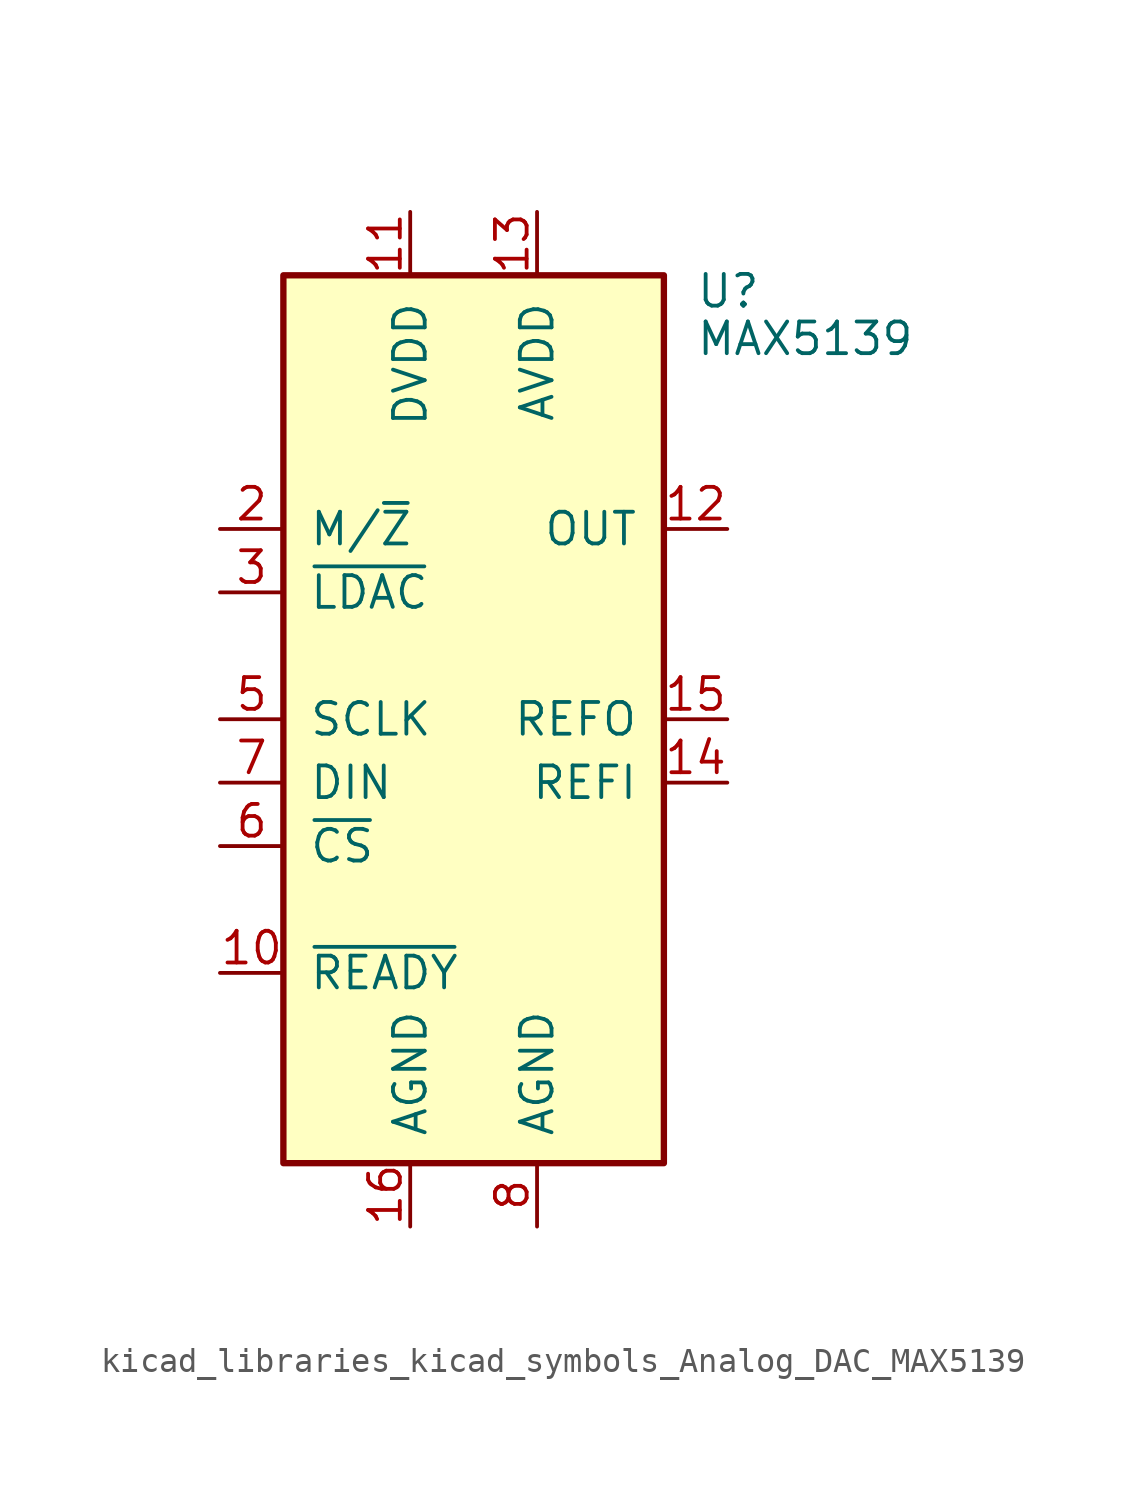
<source format=kicad_sym>
(kicad_symbol_lib
  (version 20220914)
  (generator kicad_symbol_editor)
  (symbol "kicad_libraries_kicad_symbols_Analog_DAC_MAX5139"
    (pin_names
      (offset 1.016))
    (property "Reference" "U"
      (at 8.89 17.145 0)
      (effects (font (size 1.27 1.27)) (justify left)))
    (property "Value" "MAX5139"
      (at 8.89 15.24 0)
      (effects (font (size 1.27 1.27)) (justify left)))
    (symbol "kicad_libraries_kicad_symbols_Analog_DAC_MAX5139_0_1"
      (rectangle (start -7.62 17.78) (end 7.62 -17.78) (stroke (width 0.254) (type default)) (fill (type background))))
    (symbol "kicad_libraries_kicad_symbols_Analog_DAC_MAX5139_1_1"
      (pin no_connect line (at 7.62 -10.16 180) (length 2.54) hide (name "NC" (effects (font (size 1.27 1.27)))) (number "1" (effects (font (size 1.27 1.27)))))
      (pin output line (at -10.16 -10.16 0) (length 2.54) (name "~{READY}" (effects (font (size 1.27 1.27)))) (number "10" (effects (font (size 1.27 1.27)))))
      (pin power_in line (at -2.54 20.32 270) (length 2.54) (name "DVDD" (effects (font (size 1.27 1.27)))) (number "11" (effects (font (size 1.27 1.27)))))
      (pin output line (at 10.16 7.62 180) (length 2.54) (name "OUT" (effects (font (size 1.27 1.27)))) (number "12" (effects (font (size 1.27 1.27)))))
      (pin power_in line (at 2.54 20.32 270) (length 2.54) (name "AVDD" (effects (font (size 1.27 1.27)))) (number "13" (effects (font (size 1.27 1.27)))))
      (pin input line (at 10.16 -2.54 180) (length 2.54) (name "REFI" (effects (font (size 1.27 1.27)))) (number "14" (effects (font (size 1.27 1.27)))))
      (pin output line (at 10.16 0 180) (length 2.54) (name "REFO" (effects (font (size 1.27 1.27)))) (number "15" (effects (font (size 1.27 1.27)))))
      (pin power_in line (at -2.54 -20.32 90) (length 2.54) (name "AGND" (effects (font (size 1.27 1.27)))) (number "16" (effects (font (size 1.27 1.27)))))
      (pin input line (at -10.16 7.62 0) (length 2.54) (name "M/~{Z}" (effects (font (size 1.27 1.27)))) (number "2" (effects (font (size 1.27 1.27)))))
      (pin input line (at -10.16 5.08 0) (length 2.54) (name "~{LDAC}" (effects (font (size 1.27 1.27)))) (number "3" (effects (font (size 1.27 1.27)))))
      (pin no_connect line (at 7.62 -7.62 180) (length 2.54) hide (name "NC" (effects (font (size 1.27 1.27)))) (number "4" (effects (font (size 1.27 1.27)))))
      (pin input line (at -10.16 0 0) (length 2.54) (name "SCLK" (effects (font (size 1.27 1.27)))) (number "5" (effects (font (size 1.27 1.27)))))
      (pin input line (at -10.16 -5.08 0) (length 2.54) (name "~{CS}" (effects (font (size 1.27 1.27)))) (number "6" (effects (font (size 1.27 1.27)))))
      (pin input line (at -10.16 -2.54 0) (length 2.54) (name "DIN" (effects (font (size 1.27 1.27)))) (number "7" (effects (font (size 1.27 1.27)))))
      (pin power_in line (at 2.54 -20.32 90) (length 2.54) (name "AGND" (effects (font (size 1.27 1.27)))) (number "8" (effects (font (size 1.27 1.27)))))
      (pin no_connect line (at 7.62 -5.08 180) (length 2.54) hide (name "NC" (effects (font (size 1.27 1.27)))) (number "9" (effects (font (size 1.27 1.27))))))))
</source>
